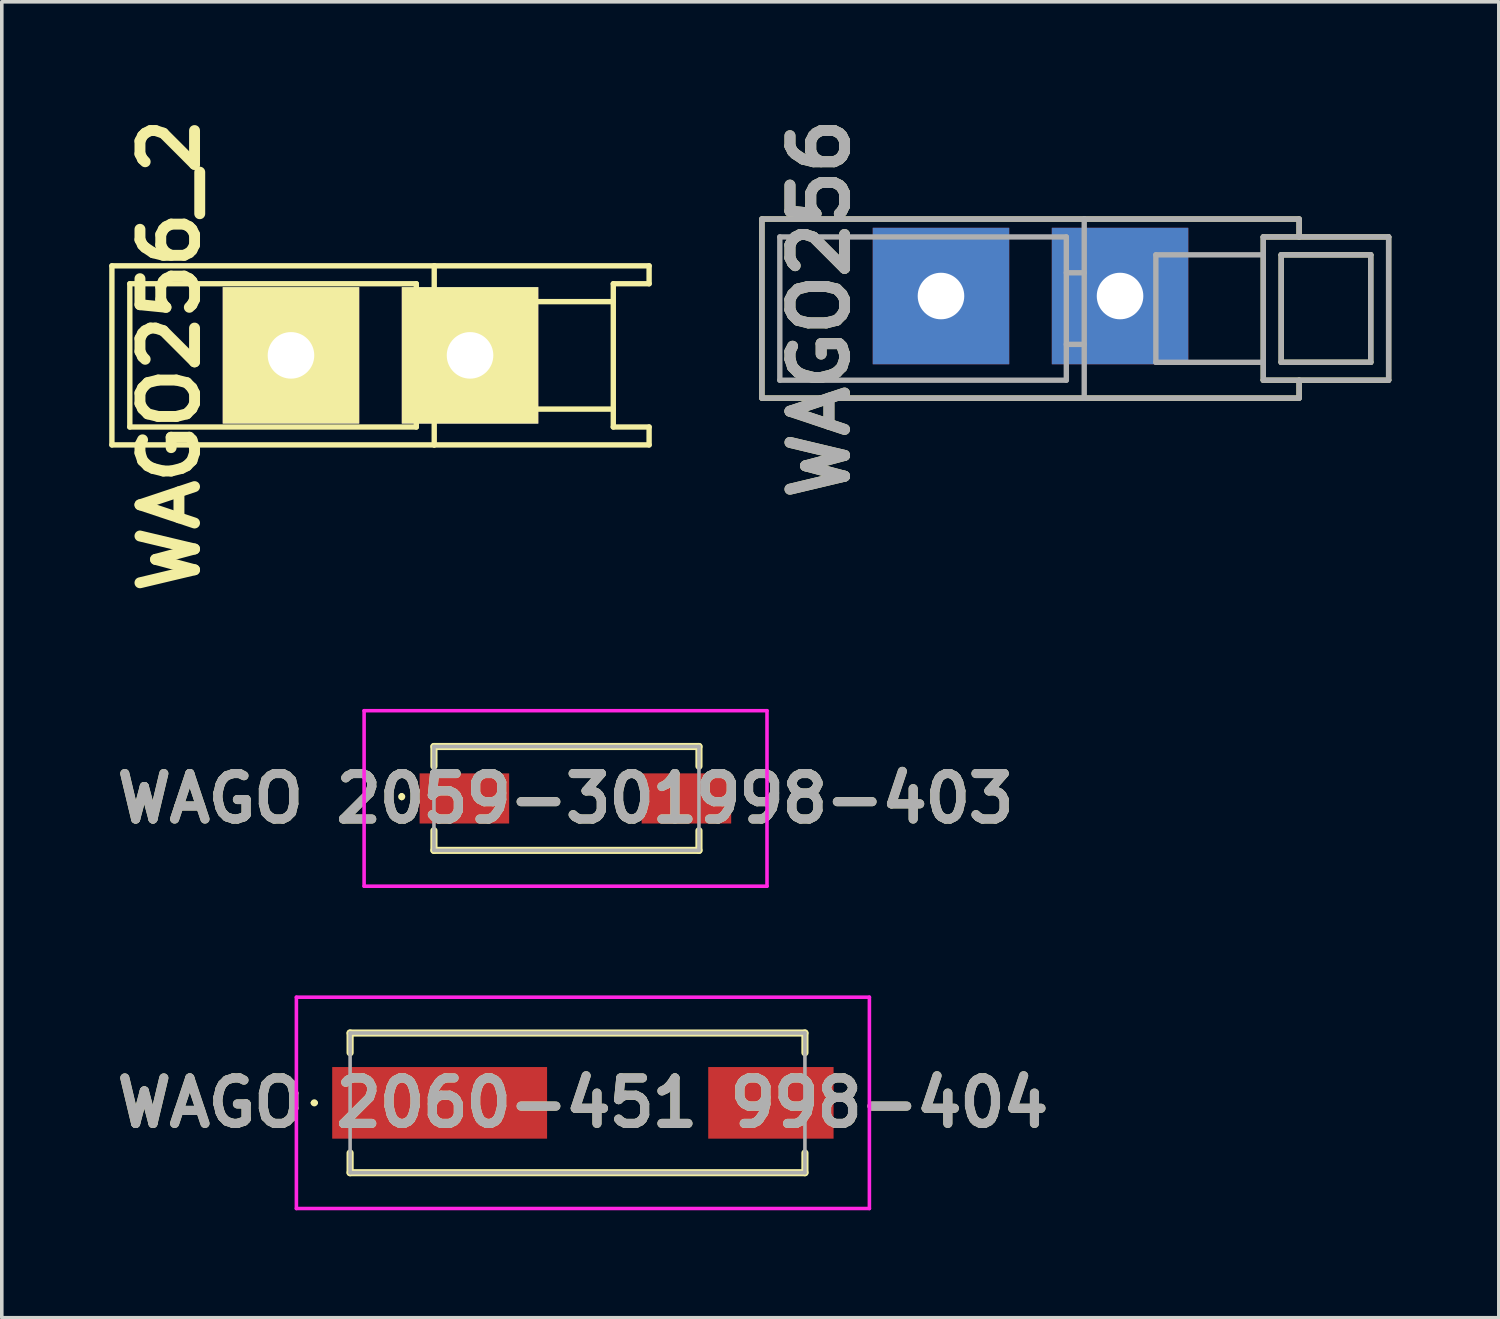
<source format=kicad_pcb>
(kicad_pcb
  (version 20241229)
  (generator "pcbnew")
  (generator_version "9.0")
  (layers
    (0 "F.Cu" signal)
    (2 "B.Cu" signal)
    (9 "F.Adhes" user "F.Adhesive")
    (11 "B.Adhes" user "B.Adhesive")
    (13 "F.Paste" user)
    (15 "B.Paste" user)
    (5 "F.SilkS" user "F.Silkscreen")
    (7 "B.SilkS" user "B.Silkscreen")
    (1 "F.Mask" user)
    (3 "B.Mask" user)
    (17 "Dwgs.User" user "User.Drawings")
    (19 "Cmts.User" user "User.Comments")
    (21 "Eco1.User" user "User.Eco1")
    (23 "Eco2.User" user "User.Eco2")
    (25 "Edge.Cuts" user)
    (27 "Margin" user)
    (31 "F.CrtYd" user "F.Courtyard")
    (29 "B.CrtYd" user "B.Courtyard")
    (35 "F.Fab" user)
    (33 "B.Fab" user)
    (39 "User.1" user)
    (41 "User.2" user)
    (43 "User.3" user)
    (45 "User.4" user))
  (footprint "WAGO 2060-451 998-404"
    (layer "F.Cu")
    (at 13.076 27.745)
    (property "Reference" "WAGO 2060-451 998-404" (at 0.15 0 0) (layer "F.SilkS") (effects (font (size 1.27 1.27) (thickness 0.254))))
    (attr smd)
    (fp_line (start -7.4 0) (end -7.4 0) (stroke (width 0.1) (type solid)) (layer "F.SilkS"))
    (fp_line (start -7.3 0) (end -7.3 0) (stroke (width 0.1) (type solid)) (layer "F.SilkS"))
    (fp_line (start -6.35 -1.95) (end 6.35 -1.95) (stroke (width 0.2) (type solid)) (layer "F.SilkS"))
    (fp_line (start -6.35 -1.4) (end -6.35 -1.95) (stroke (width 0.2) (type solid)) (layer "F.SilkS"))
    (fp_line (start -6.35 1.95) (end -6.35 1.4) (stroke (width 0.2) (type solid)) (layer "F.SilkS"))
    (fp_line (start 6.35 -1.95) (end 6.35 -1.4) (stroke (width 0.2) (type solid)) (layer "F.SilkS"))
    (fp_line (start 6.35 1.4) (end 6.35 1.95) (stroke (width 0.2) (type solid)) (layer "F.SilkS"))
    (fp_line (start 6.35 1.95) (end -6.35 1.95) (stroke (width 0.2) (type solid)) (layer "F.SilkS"))
    (fp_arc (start -7.4 0) (mid -7.35 -0.05) (end -7.3 0) (stroke (width 0.1) (type solid)) (layer "F.SilkS"))
    (fp_arc (start -7.3 0) (mid -7.35 0.05) (end -7.4 0) (stroke (width 0.1) (type solid)) (layer "F.SilkS"))
    (fp_line (start -7.85 -2.95) (end 8.15 -2.95) (stroke (width 0.1) (type solid)) (layer "F.CrtYd"))
    (fp_line (start -7.85 2.95) (end -7.85 -2.95) (stroke (width 0.1) (type solid)) (layer "F.CrtYd"))
    (fp_line (start 8.15 -2.95) (end 8.15 2.95) (stroke (width 0.1) (type solid)) (layer "F.CrtYd"))
    (fp_line (start 8.15 2.95) (end -7.85 2.95) (stroke (width 0.1) (type solid)) (layer "F.CrtYd"))
    (fp_line (start -6.35 -1.95) (end 6.35 -1.95) (stroke (width 0.1) (type solid)) (layer "F.Fab"))
    (fp_line (start -6.35 1.95) (end -6.35 -1.95) (stroke (width 0.1) (type solid)) (layer "F.Fab"))
    (fp_line (start 6.35 -1.95) (end 6.35 1.95) (stroke (width 0.1) (type solid)) (layer "F.Fab"))
    (fp_line (start 6.35 1.95) (end -6.35 1.95) (stroke (width 0.1) (type solid)) (layer "F.Fab"))
    (fp_text user "${REFERENCE}" (at 0.15 0 0) (layer "F.Fab") (effects (font (size 1.27 1.27) (thickness 0.254))))
    (pad "1" smd rect (at -3.85 0 90) (size 2 6) (layers "F.Cu" "F.Mask" "F.Paste"))
    (pad "1" smd rect (at 5.4 0 90) (size 2 3.5) (layers "F.Cu" "F.Mask" "F.Paste")))
  (footprint "WAGO256_2"
    (layer "F.Cu")
    (at 7.535 6.873)
    (property "Reference" "WAGO256_2" (at -5.842 0 90) (layer "F.SilkS") (effects (font (size 1.524 1.524) (thickness 0.305))))
    (attr through_hole)
    (fp_line (start -7.46 -2.5) (end 1.54 -2.5) (stroke (width 0.15) (type solid)) (layer "F.SilkS"))
    (fp_line (start -7.46 2.5) (end -7.46 -2.5) (stroke (width 0.15) (type solid)) (layer "F.SilkS"))
    (fp_line (start -6.96 -2) (end 1.04 -2) (stroke (width 0.15) (type solid)) (layer "F.SilkS"))
    (fp_line (start -6.96 2) (end -6.96 -2) (stroke (width 0.15) (type solid)) (layer "F.SilkS"))
    (fp_line (start -6.96 2) (end 1.04 2) (stroke (width 0.15) (type solid)) (layer "F.SilkS"))
    (fp_line (start 1.04 -2) (end 1.04 2) (stroke (width 0.15) (type solid)) (layer "F.SilkS"))
    (fp_line (start 1.04 -1) (end 1.54 -1) (stroke (width 0.15) (type solid)) (layer "F.SilkS"))
    (fp_line (start 1.04 1) (end 1.54 1) (stroke (width 0.15) (type solid)) (layer "F.SilkS"))
    (fp_line (start 1.54 -2.5) (end 7.54 -2.5) (stroke (width 0.15) (type solid)) (layer "F.SilkS"))
    (fp_line (start 1.54 2.5) (end -7.46 2.5) (stroke (width 0.15) (type solid)) (layer "F.SilkS"))
    (fp_line (start 1.54 2.5) (end 7.54 2.5) (stroke (width 0.15) (type solid)) (layer "F.SilkS"))
    (fp_line (start 1.54 2.5) (end 1.54 -2.5) (stroke (width 0.15) (type solid)) (layer "F.SilkS"))
    (fp_line (start 3.54 -1.5) (end 6.54 -1.5) (stroke (width 0.15) (type solid)) (layer "F.SilkS"))
    (fp_line (start 3.54 1.5) (end 6.54 1.5) (stroke (width 0.15) (type solid)) (layer "F.SilkS"))
    (fp_line (start 3.54 1.5) (end 3.54 -1.5) (stroke (width 0.15) (type solid)) (layer "F.SilkS"))
    (fp_line (start 6.54 -2) (end 6.54 2) (stroke (width 0.15) (type solid)) (layer "F.SilkS"))
    (fp_line (start 6.54 -2) (end 7.54 -2) (stroke (width 0.15) (type solid)) (layer "F.SilkS"))
    (fp_line (start 6.54 2) (end 7.54 2) (stroke (width 0.15) (type solid)) (layer "F.SilkS"))
    (fp_line (start 7.54 -2) (end 7.54 -2.5) (stroke (width 0.15) (type solid)) (layer "F.SilkS"))
    (fp_line (start 7.54 2.5) (end 7.54 2) (stroke (width 0.15) (type solid)) (layer "F.SilkS"))
    (pad "1" thru_hole rect (at -2.46 0 90) (size 3.81 3.81) (drill 1.3) (layers "*.Cu" "*.Mask" "F.SilkS"))
    (pad "1" thru_hole rect (at 2.54 0 90) (size 3.81 3.81) (drill 1.3) (layers "*.Cu" "*.Mask" "F.SilkS")))
  (footprint "WAGO 2059-301998-403"
    (layer "F.Cu")
    (at 12.742 19.245)
    (property "Reference" "WAGO 2059-301998-403" (at 0 0 0) (layer "F.SilkS") (effects (font (size 1.27 1.27) (thickness 0.254))))
    (attr smd)
    (fp_line (start -4.575 0) (end -4.575 0) (stroke (width 0.1) (type solid)) (layer "F.SilkS"))
    (fp_line (start -4.575 -0.1) (end -4.575 -0.1) (stroke (width 0.1) (type solid)) (layer "F.SilkS"))
    (fp_line (start -3.675 -1.45) (end 3.725 -1.45) (stroke (width 0.2) (type solid)) (layer "F.SilkS"))
    (fp_line (start -3.675 -0.9) (end -3.675 -1.45) (stroke (width 0.2) (type solid)) (layer "F.SilkS"))
    (fp_line (start -3.675 0.9) (end -3.675 1.45) (stroke (width 0.2) (type solid)) (layer "F.SilkS"))
    (fp_line (start -3.675 1.45) (end 3.725 1.45) (stroke (width 0.2) (type solid)) (layer "F.SilkS"))
    (fp_line (start 3.725 -1.45) (end 3.725 -0.9) (stroke (width 0.2) (type solid)) (layer "F.SilkS"))
    (fp_line (start 3.725 1.45) (end 3.725 0.9) (stroke (width 0.2) (type solid)) (layer "F.SilkS"))
    (fp_arc (start -4.575001 0) (mid -4.625 -0.05) (end -4.575 -0.1) (stroke (width 0.1) (type solid)) (layer "F.SilkS"))
    (fp_arc (start -4.575 -0.1) (mid -4.525 -0.05) (end -4.575001 0) (stroke (width 0.1) (type solid)) (layer "F.SilkS"))
    (fp_line (start -5.625 -2.45) (end 5.625 -2.45) (stroke (width 0.1) (type solid)) (layer "F.CrtYd"))
    (fp_line (start -5.625 2.45) (end -5.625 -2.45) (stroke (width 0.1) (type solid)) (layer "F.CrtYd"))
    (fp_line (start 5.625 -2.45) (end 5.625 2.45) (stroke (width 0.1) (type solid)) (layer "F.CrtYd"))
    (fp_line (start 5.625 2.45) (end -5.625 2.45) (stroke (width 0.1) (type solid)) (layer "F.CrtYd"))
    (fp_line (start -3.675 -1.45) (end 3.725 -1.45) (stroke (width 0.1) (type solid)) (layer "F.Fab"))
    (fp_line (start -3.675 1.45) (end -3.675 -1.45) (stroke (width 0.1) (type solid)) (layer "F.Fab"))
    (fp_line (start 3.725 -1.45) (end 3.725 1.45) (stroke (width 0.1) (type solid)) (layer "F.Fab"))
    (fp_line (start 3.725 1.45) (end -3.675 1.45) (stroke (width 0.1) (type solid)) (layer "F.Fab"))
    (fp_text user "${REFERENCE}" (at 0 0 0) (layer "F.Fab") (effects (font (size 1.27 1.27) (thickness 0.254))))
    (pad "1" smd rect (at -2.825 0 90) (size 1.4 2.5) (layers "F.Cu" "F.Mask" "F.Paste"))
    (pad "1" smd rect (at 3.375 0 90) (size 1.4 2.5) (layers "F.Cu" "F.Mask" "F.Paste")))
  (footprint "WAGO256"
    (layer "F.Cu")
    (at 25.685 5.566)
    (property "Reference" "WAGO256" (at -5.842 0 90) (layer "F.SilkS") (effects (font (size 1.524 1.524) (thickness 0.305))))
    (attr through_hole)
    (fp_line (start -7.46 -2.5) (end 1.54 -2.5) (stroke (width 0.15) (type solid)) (layer "F.SilkS"))
    (fp_line (start -7.46 2.5) (end -7.46 -2.5) (stroke (width 0.15) (type solid)) (layer "F.SilkS"))
    (fp_line (start 1.54 -2.5) (end 7.54 -2.5) (stroke (width 0.15) (type solid)) (layer "F.SilkS"))
    (fp_line (start 1.54 2.5) (end -7.46 2.5) (stroke (width 0.15) (type solid)) (layer "F.SilkS"))
    (fp_line (start 1.54 2.5) (end 7.54 2.5) (stroke (width 0.15) (type solid)) (layer "F.SilkS"))
    (fp_line (start 6.54 -2) (end 6.54 2) (stroke (width 0.15) (type solid)) (layer "F.SilkS"))
    (fp_line (start 6.54 -2) (end 10.041 -2) (stroke (width 0.15) (type solid)) (layer "F.SilkS"))
    (fp_line (start 6.54 2) (end 10.04 2) (stroke (width 0.15) (type solid)) (layer "F.SilkS"))
    (fp_line (start 7.04 -1.5) (end 9.54 -1.5) (stroke (width 0.15) (type solid)) (layer "F.SilkS"))
    (fp_line (start 7.04 1.5) (end 9.54 1.5) (stroke (width 0.15) (type solid)) (layer "F.SilkS"))
    (fp_line (start 7.04 1.501) (end 7.04 -1.501) (stroke (width 0.15) (type solid)) (layer "F.SilkS"))
    (fp_line (start 7.54 -2) (end 7.54 -2.5) (stroke (width 0.15) (type solid)) (layer "F.SilkS"))
    (fp_line (start 7.54 2.5) (end 7.54 2) (stroke (width 0.15) (type solid)) (layer "F.SilkS"))
    (fp_line (start 9.54 1.501) (end 9.54 -1.501) (stroke (width 0.15) (type solid)) (layer "F.SilkS"))
    (fp_line (start 10.04 -2) (end 10.04 2) (stroke (width 0.15) (type solid)) (layer "F.SilkS"))
    (fp_line (start -7.46 -2.5) (end 1.54 -2.5) (stroke (width 0.15) (type solid)) (layer "F.Fab"))
    (fp_line (start -7.46 2.5) (end -7.46 -2.5) (stroke (width 0.15) (type solid)) (layer "F.Fab"))
    (fp_line (start -6.96 -2) (end 1.04 -2) (stroke (width 0.15) (type solid)) (layer "F.Fab"))
    (fp_line (start -6.96 2) (end -6.96 -2) (stroke (width 0.15) (type solid)) (layer "F.Fab"))
    (fp_line (start -6.96 2) (end 1.04 2) (stroke (width 0.15) (type solid)) (layer "F.Fab"))
    (fp_line (start 1.04 -2) (end 1.04 2) (stroke (width 0.15) (type solid)) (layer "F.Fab"))
    (fp_line (start 1.04 -1) (end 1.54 -1) (stroke (width 0.15) (type solid)) (layer "F.Fab"))
    (fp_line (start 1.04 1) (end 1.54 1) (stroke (width 0.15) (type solid)) (layer "F.Fab"))
    (fp_line (start 1.54 -2.5) (end 7.54 -2.5) (stroke (width 0.15) (type solid)) (layer "F.Fab"))
    (fp_line (start 1.54 2.5) (end -7.46 2.5) (stroke (width 0.15) (type solid)) (layer "F.Fab"))
    (fp_line (start 1.54 2.5) (end 7.54 2.5) (stroke (width 0.15) (type solid)) (layer "F.Fab"))
    (fp_line (start 1.54 2.5) (end 1.54 -2.5) (stroke (width 0.15) (type solid)) (layer "F.Fab"))
    (fp_line (start 3.54 -1.5) (end 6.54 -1.5) (stroke (width 0.15) (type solid)) (layer "F.Fab"))
    (fp_line (start 3.54 1.5) (end 6.54 1.5) (stroke (width 0.15) (type solid)) (layer "F.Fab"))
    (fp_line (start 3.54 1.5) (end 3.54 -1.5) (stroke (width 0.15) (type solid)) (layer "F.Fab"))
    (fp_line (start 6.54 -2) (end 6.54 2) (stroke (width 0.15) (type solid)) (layer "F.Fab"))
    (fp_line (start 6.54 -2) (end 10.041 -2) (stroke (width 0.15) (type solid)) (layer "F.Fab"))
    (fp_line (start 6.54 2) (end 10.04 2) (stroke (width 0.15) (type solid)) (layer "F.Fab"))
    (fp_line (start 7.04 -1.5) (end 9.54 -1.5) (stroke (width 0.15) (type solid)) (layer "F.Fab"))
    (fp_line (start 7.04 1.5) (end 9.54 1.5) (stroke (width 0.15) (type solid)) (layer "F.Fab"))
    (fp_line (start 7.04 1.501) (end 7.04 -1.501) (stroke (width 0.15) (type solid)) (layer "F.Fab"))
    (fp_line (start 7.54 -2) (end 7.54 -2.5) (stroke (width 0.15) (type solid)) (layer "F.Fab"))
    (fp_line (start 7.54 2.5) (end 7.54 2) (stroke (width 0.15) (type solid)) (layer "F.Fab"))
    (fp_line (start 9.54 1.501) (end 9.54 -1.501) (stroke (width 0.15) (type solid)) (layer "F.Fab"))
    (fp_line (start 10.04 -2) (end 10.04 2) (stroke (width 0.15) (type solid)) (layer "F.Fab"))
    (fp_text user "${REFERENCE}" (at -5.842 0 90) (layer "F.Fab") (effects (font (size 1.524 1.524) (thickness 0.305))))
    (pad "1" thru_hole rect (at -2.46 -0.35 90) (size 3.81 3.81) (drill 1.3) (layers "*.Cu" "*.Mask"))
    (pad "1" thru_hole rect (at 2.54 -0.35 90) (size 3.81 3.81) (drill 1.3) (layers "*.Cu" "*.Mask")))
  (gr_rect
    (start -3 -3)
    (end 38.801 33.745)
    (stroke (width 0.1) (type default))
    (fill no)
    (layer "Edge.Cuts")))
</source>
